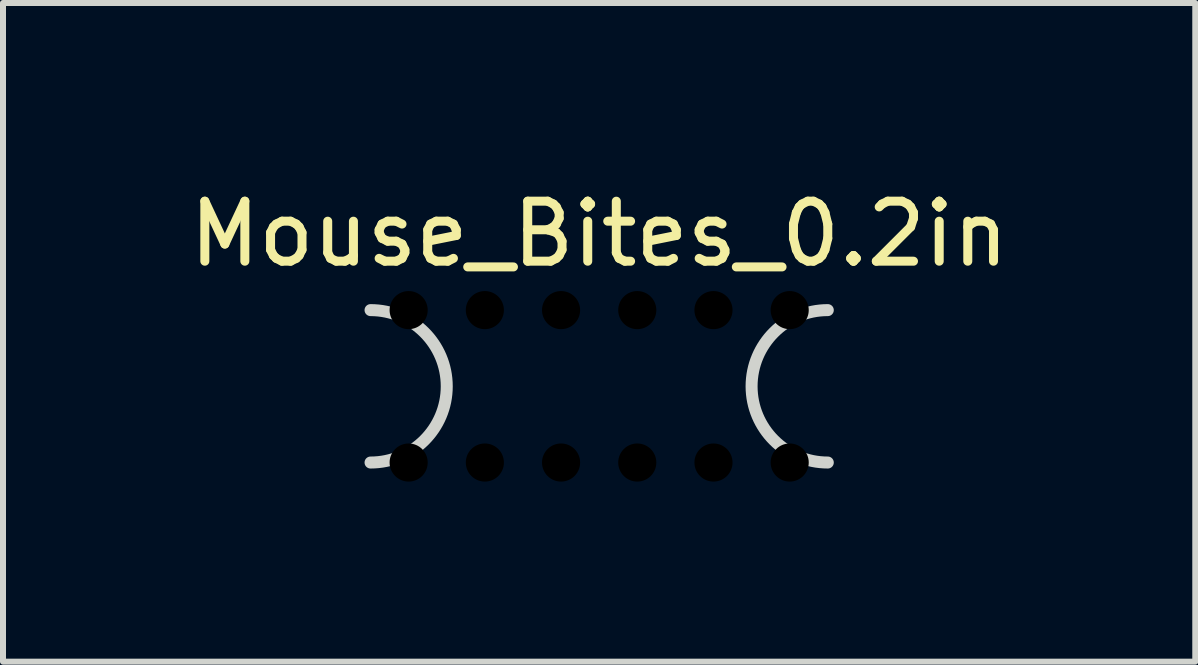
<source format=kicad_pcb>
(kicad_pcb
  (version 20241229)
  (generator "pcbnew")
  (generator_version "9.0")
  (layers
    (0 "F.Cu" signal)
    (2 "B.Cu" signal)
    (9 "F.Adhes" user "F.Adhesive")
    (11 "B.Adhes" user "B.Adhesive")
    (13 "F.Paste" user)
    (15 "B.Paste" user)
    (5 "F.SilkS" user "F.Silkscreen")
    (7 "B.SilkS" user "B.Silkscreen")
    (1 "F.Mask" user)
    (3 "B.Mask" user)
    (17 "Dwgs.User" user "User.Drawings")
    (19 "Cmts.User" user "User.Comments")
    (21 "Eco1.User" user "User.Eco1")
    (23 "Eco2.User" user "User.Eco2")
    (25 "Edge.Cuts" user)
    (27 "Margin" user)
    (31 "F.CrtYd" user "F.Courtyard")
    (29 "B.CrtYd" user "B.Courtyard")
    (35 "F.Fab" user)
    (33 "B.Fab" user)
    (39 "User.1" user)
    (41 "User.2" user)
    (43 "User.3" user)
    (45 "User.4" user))
  (footprint "Mouse_Bites_0.2in"
    (layer "F.Cu")
    (at 6.935 3.388)
    (property "Reference" "Mouse_Bites_0.2in" (at 0 -2.54 0) (unlocked yes) (layer "F.SilkS") (effects (font (size 1 1) (thickness 0.15))))
    (fp_arc (start -3.81 -1.27) (mid -2.54 0) (end -3.81 1.27) (stroke (width 0.2) (type default)) (layer "Edge.Cuts"))
    (fp_arc (start 3.81 1.27) (mid 2.54 0) (end 3.81 -1.27) (stroke (width 0.2) (type default)) (layer "Edge.Cuts"))
    (pad "" np_thru_hole circle (at -3.175 -1.27) (size 0.635 0.635) (drill 0.635) (layers "*.Mask"))
    (pad "" np_thru_hole circle (at -3.175 1.27) (size 0.635 0.635) (drill 0.635) (layers "*.Mask"))
    (pad "" np_thru_hole circle (at -1.905 -1.27) (size 0.635 0.635) (drill 0.635) (layers "*.Mask"))
    (pad "" np_thru_hole circle (at -1.905 1.27) (size 0.635 0.635) (drill 0.635) (layers "*.Mask"))
    (pad "" np_thru_hole circle (at -0.635 -1.27) (size 0.635 0.635) (drill 0.635) (layers "*.Mask"))
    (pad "" np_thru_hole circle (at -0.635 1.27) (size 0.635 0.635) (drill 0.635) (layers "*.Mask"))
    (pad "" np_thru_hole circle (at 0.635 -1.27) (size 0.635 0.635) (drill 0.635) (layers "*.Mask"))
    (pad "" np_thru_hole circle (at 0.635 1.27) (size 0.635 0.635) (drill 0.635) (layers "*.Mask"))
    (pad "" np_thru_hole circle (at 1.905 -1.27) (size 0.635 0.635) (drill 0.635) (layers "*.Mask"))
    (pad "" np_thru_hole circle (at 1.905 1.27) (size 0.635 0.635) (drill 0.635) (layers "*.Mask"))
    (pad "" np_thru_hole circle (at 3.175 -1.27) (size 0.635 0.635) (drill 0.635) (layers "*.Mask"))
    (pad "" np_thru_hole circle (at 3.175 1.27) (size 0.635 0.635) (drill 0.635) (layers "*.Mask")))
  (gr_rect
    (start -3 -3)
    (end 16.869 7.976)
    (stroke (width 0.1) (type default))
    (fill no)
    (layer "Edge.Cuts")))
</source>
